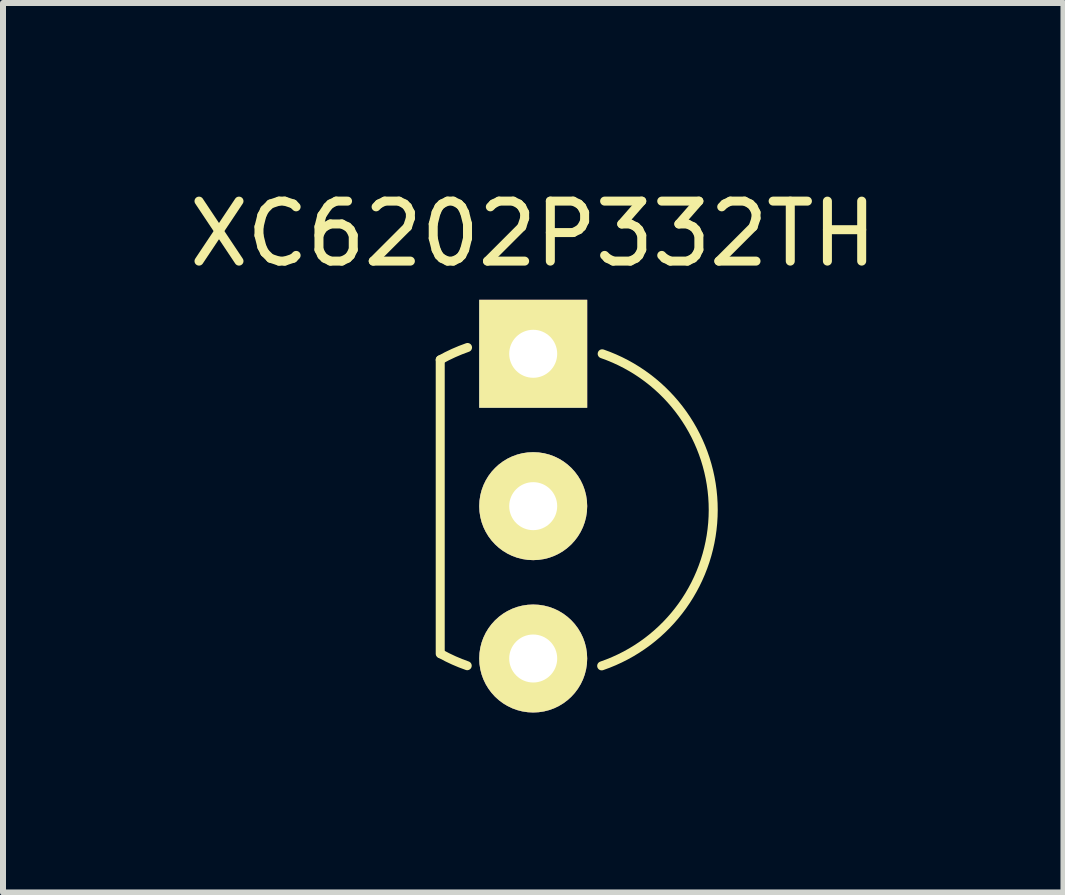
<source format=kicad_pcb>
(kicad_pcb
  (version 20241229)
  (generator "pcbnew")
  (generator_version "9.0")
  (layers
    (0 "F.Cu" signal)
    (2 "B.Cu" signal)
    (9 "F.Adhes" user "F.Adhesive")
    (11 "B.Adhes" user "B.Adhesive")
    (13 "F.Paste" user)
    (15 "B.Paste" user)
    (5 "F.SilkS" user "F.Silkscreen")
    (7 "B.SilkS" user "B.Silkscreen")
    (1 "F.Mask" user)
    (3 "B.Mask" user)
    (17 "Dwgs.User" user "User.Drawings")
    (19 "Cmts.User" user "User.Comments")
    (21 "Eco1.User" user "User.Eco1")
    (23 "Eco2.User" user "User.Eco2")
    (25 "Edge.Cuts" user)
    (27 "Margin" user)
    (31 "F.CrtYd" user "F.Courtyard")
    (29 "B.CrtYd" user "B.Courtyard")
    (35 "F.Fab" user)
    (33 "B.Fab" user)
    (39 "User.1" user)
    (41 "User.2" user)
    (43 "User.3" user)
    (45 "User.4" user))
  (footprint "XC6202P332TH"
    (layer "F.Cu")
    (at 5.839 2.848)
    (property "Reference" "XC6202P332TH" (at 0 -2 0) (layer "F.SilkS") (effects (font (size 1 1) (thickness 0.15))))
    (attr through_hole)
    (fp_line (start -1.55 5) (end -1.55 0.1) (stroke (width 0.15) (type solid)) (layer "F.SilkS"))
    (fp_arc (start -1.55 0.1) (mid -1.326783 -0.012505) (end -1.09461 -0.105127) (stroke (width 0.15) (type solid)) (layer "F.SilkS"))
    (fp_arc (start -1.1 5.2) (mid -1.32318 5.111666) (end -1.537812 5.004217) (stroke (width 0.15) (type solid)) (layer "F.SilkS"))
    (fp_arc (start 1.15 0) (mid 3.00136 2.60449) (end 1.14151 5.202923) (stroke (width 0.15) (type solid)) (layer "F.SilkS"))
    (pad "1" thru_hole rect (at 0 0) (size 1.8 1.8) (drill 0.8) (layers "*.Cu" "*.Mask" "F.SilkS"))
    (pad "2" thru_hole circle (at 0 2.54) (size 1.8 1.8) (drill 0.8) (layers "*.Cu" "*.Mask" "F.SilkS"))
    (pad "3" thru_hole circle (at 0 5.08) (size 1.8 1.8) (drill 0.8) (layers "*.Cu" "*.Mask" "F.SilkS")))
  (gr_rect
    (start -3 -3)
    (end 14.679 11.828)
    (stroke (width 0.1) (type default))
    (fill no)
    (layer "Edge.Cuts")))
</source>
